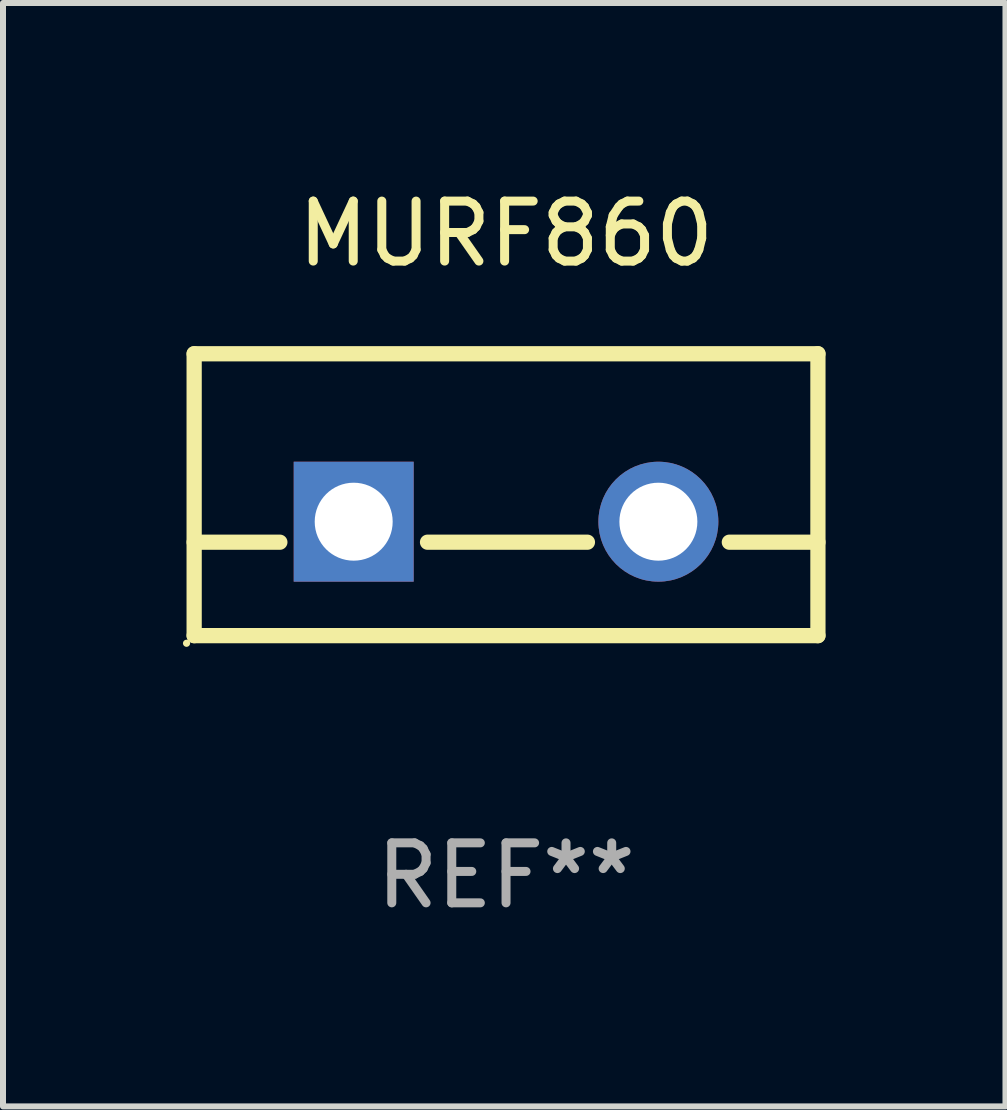
<source format=kicad_pcb>
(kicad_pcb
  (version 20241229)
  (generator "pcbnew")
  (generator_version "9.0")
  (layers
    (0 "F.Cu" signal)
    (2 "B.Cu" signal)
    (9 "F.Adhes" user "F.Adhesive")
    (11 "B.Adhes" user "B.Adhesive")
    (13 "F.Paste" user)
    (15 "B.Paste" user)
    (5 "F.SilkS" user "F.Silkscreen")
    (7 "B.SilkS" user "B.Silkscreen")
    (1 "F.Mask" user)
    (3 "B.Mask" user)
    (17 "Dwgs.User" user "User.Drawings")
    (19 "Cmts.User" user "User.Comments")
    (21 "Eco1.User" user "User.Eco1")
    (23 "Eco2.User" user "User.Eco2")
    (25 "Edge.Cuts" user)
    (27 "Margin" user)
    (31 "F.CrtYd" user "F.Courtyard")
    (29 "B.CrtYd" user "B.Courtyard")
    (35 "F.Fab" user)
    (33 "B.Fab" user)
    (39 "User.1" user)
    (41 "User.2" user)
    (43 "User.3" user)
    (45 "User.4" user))
  (footprint "MURF860"
    (layer "F.Cu")
    (at 5.387 5.198)
    (property "Reference" "MURF860" (at 0 -4.35 0) (layer "F.SilkS") (effects (font (size 1 1) (thickness 0.15))))
    (attr through_hole)
    (fp_line (start -5.2 -2.35) (end -5.2 2.35) (stroke (width 0.254) (type solid)) (layer "F.SilkS"))
    (fp_line (start -5.2 -2.35) (end 5.2 -2.35) (stroke (width 0.254) (type solid)) (layer "F.SilkS"))
    (fp_line (start -5.2 0.792) (end -3.771 0.792) (stroke (width 0.254) (type solid)) (layer "F.SilkS"))
    (fp_line (start -5.2 2.35) (end 5.2 2.35) (stroke (width 0.254) (type solid)) (layer "F.SilkS"))
    (fp_line (start -1.309 0.792) (end 1.357 0.792) (stroke (width 0.254) (type solid)) (layer "F.SilkS"))
    (fp_line (start 3.723 0.792) (end 5.2 0.792) (stroke (width 0.254) (type solid)) (layer "F.SilkS"))
    (fp_line (start 5.2 -2.35) (end 5.2 2.35) (stroke (width 0.254) (type solid)) (layer "F.SilkS"))
    (fp_circle (center -5.327 2.477) (end -5.297 2.477) (stroke (width 0.06) (type solid)) (fill no) (layer "F.SilkS"))
    (fp_text user "REF**" (at 0 6.35 0) (layer "F.Fab") (effects (font (size 1 1) (thickness 0.15))))
    (pad "1" thru_hole rect (at -2.54 0.45) (size 2 2) (drill 1.3) (layers "*.Cu" "*.Mask"))
    (pad "2" thru_hole circle (at 2.54 0.45) (size 2 2) (drill 1.3) (layers "*.Cu" "*.Mask")))
  (gr_rect
    (start -3 -3)
    (end 13.714 15.397)
    (stroke (width 0.1) (type default))
    (fill no)
    (layer "Edge.Cuts")))
</source>
